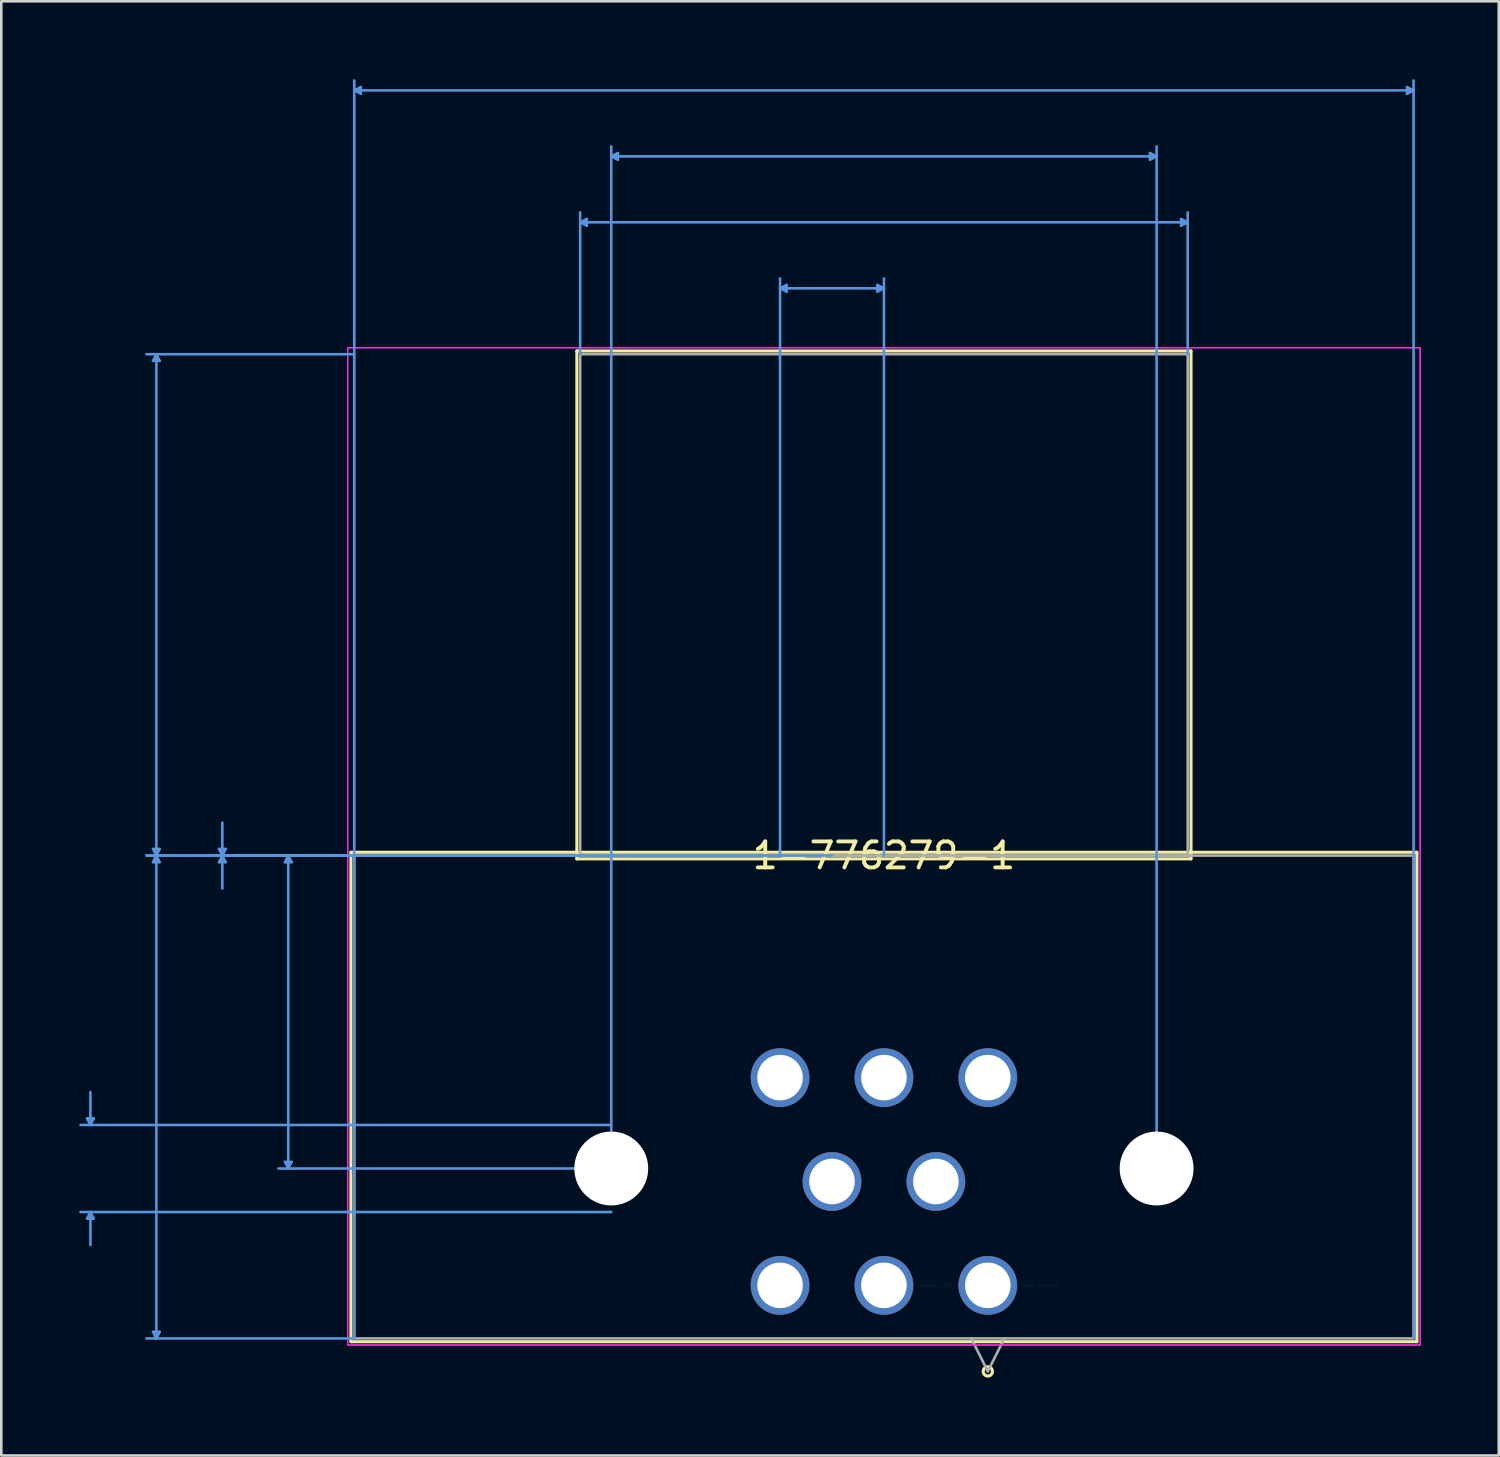
<source format=kicad_pcb>
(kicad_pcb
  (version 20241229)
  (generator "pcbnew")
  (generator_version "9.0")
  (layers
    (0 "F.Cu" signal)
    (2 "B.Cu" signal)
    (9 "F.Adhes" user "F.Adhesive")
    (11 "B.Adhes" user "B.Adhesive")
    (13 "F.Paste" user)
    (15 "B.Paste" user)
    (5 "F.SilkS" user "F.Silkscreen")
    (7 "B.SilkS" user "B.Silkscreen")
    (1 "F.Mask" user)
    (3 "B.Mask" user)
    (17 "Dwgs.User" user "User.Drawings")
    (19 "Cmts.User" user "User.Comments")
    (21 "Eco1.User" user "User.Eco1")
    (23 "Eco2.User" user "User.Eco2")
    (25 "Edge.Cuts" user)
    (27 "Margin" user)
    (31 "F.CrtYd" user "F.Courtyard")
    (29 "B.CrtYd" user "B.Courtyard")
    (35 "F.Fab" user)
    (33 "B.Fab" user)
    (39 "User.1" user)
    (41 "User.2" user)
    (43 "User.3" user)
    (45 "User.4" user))
  (footprint "1-776279-1"
    (layer "F.Cu")
    (at 34.987 46.445)
    (property "Reference" "1-776279-1" (at -4 -16.55 0) (layer "F.SilkS") (effects (font (size 1 1) (thickness 0.15))))
    (attr through_hole)
    (fp_line (start -24.523 -16.677) (end -24.523 2.17) (stroke (width 0.12) (type solid)) (layer "F.SilkS"))
    (fp_line (start -24.523 2.17) (end 16.523 2.17) (stroke (width 0.12) (type solid)) (layer "F.SilkS"))
    (fp_line (start -15.824 -35.981) (end -15.824 -16.423) (stroke (width 0.12) (type solid)) (layer "F.SilkS"))
    (fp_line (start -15.824 -16.423) (end 7.824 -16.423) (stroke (width 0.12) (type solid)) (layer "F.SilkS"))
    (fp_line (start 7.824 -35.981) (end -15.824 -35.981) (stroke (width 0.12) (type solid)) (layer "F.SilkS"))
    (fp_line (start 7.824 -16.423) (end 7.824 -35.981) (stroke (width 0.12) (type solid)) (layer "F.SilkS"))
    (fp_line (start 16.523 -16.677) (end -24.523 -16.677) (stroke (width 0.12) (type solid)) (layer "F.SilkS"))
    (fp_line (start 16.523 2.17) (end 16.523 -16.677) (stroke (width 0.12) (type solid)) (layer "F.SilkS"))
    (fp_circle (center 0 3.313) (end 0.178 3.313) (stroke (width 0.12) (type solid)) (fill no) (layer "F.SilkS"))
    (fp_line (start -34.683 -6.43) (end -34.429 -6.43) (stroke (width 0.1) (type solid)) (layer "Cmts.User"))
    (fp_line (start -34.683 -2.57) (end -34.429 -2.57) (stroke (width 0.1) (type solid)) (layer "Cmts.User"))
    (fp_line (start -34.556 -6.176) (end -34.683 -6.43) (stroke (width 0.1) (type solid)) (layer "Cmts.User"))
    (fp_line (start -34.556 -6.176) (end -34.556 -7.446) (stroke (width 0.1) (type solid)) (layer "Cmts.User"))
    (fp_line (start -34.556 -6.176) (end -34.429 -6.43) (stroke (width 0.1) (type solid)) (layer "Cmts.User"))
    (fp_line (start -34.556 -2.824) (end -34.683 -2.57) (stroke (width 0.1) (type solid)) (layer "Cmts.User"))
    (fp_line (start -34.556 -2.824) (end -34.556 -1.554) (stroke (width 0.1) (type solid)) (layer "Cmts.User"))
    (fp_line (start -34.556 -2.824) (end -34.429 -2.57) (stroke (width 0.1) (type solid)) (layer "Cmts.User"))
    (fp_line (start -32.143 -35.6) (end -31.889 -35.6) (stroke (width 0.1) (type solid)) (layer "Cmts.User"))
    (fp_line (start -32.143 -16.804) (end -31.889 -16.804) (stroke (width 0.1) (type solid)) (layer "Cmts.User"))
    (fp_line (start -32.143 -16.296) (end -31.889 -16.296) (stroke (width 0.1) (type solid)) (layer "Cmts.User"))
    (fp_line (start -32.143 1.789) (end -31.889 1.789) (stroke (width 0.1) (type solid)) (layer "Cmts.User"))
    (fp_line (start -32.016 -35.854) (end -32.143 -35.6) (stroke (width 0.1) (type solid)) (layer "Cmts.User"))
    (fp_line (start -32.016 -35.854) (end -32.016 -16.55) (stroke (width 0.1) (type solid)) (layer "Cmts.User"))
    (fp_line (start -32.016 -35.854) (end -31.889 -35.6) (stroke (width 0.1) (type solid)) (layer "Cmts.User"))
    (fp_line (start -32.016 -16.55) (end -32.143 -16.804) (stroke (width 0.1) (type solid)) (layer "Cmts.User"))
    (fp_line (start -32.016 -16.55) (end -32.143 -16.296) (stroke (width 0.1) (type solid)) (layer "Cmts.User"))
    (fp_line (start -32.016 -16.55) (end -32.016 2.043) (stroke (width 0.1) (type solid)) (layer "Cmts.User"))
    (fp_line (start -32.016 -16.55) (end -31.889 -16.804) (stroke (width 0.1) (type solid)) (layer "Cmts.User"))
    (fp_line (start -32.016 -16.55) (end -31.889 -16.296) (stroke (width 0.1) (type solid)) (layer "Cmts.User"))
    (fp_line (start -32.016 2.043) (end -32.143 1.789) (stroke (width 0.1) (type solid)) (layer "Cmts.User"))
    (fp_line (start -32.016 2.043) (end -31.889 1.789) (stroke (width 0.1) (type solid)) (layer "Cmts.User"))
    (fp_line (start -29.603 -16.804) (end -29.349 -16.804) (stroke (width 0.1) (type solid)) (layer "Cmts.User"))
    (fp_line (start -29.603 -16.296) (end -29.349 -16.296) (stroke (width 0.1) (type solid)) (layer "Cmts.User"))
    (fp_line (start -29.476 -16.55) (end -29.603 -16.804) (stroke (width 0.1) (type solid)) (layer "Cmts.User"))
    (fp_line (start -29.476 -16.55) (end -29.603 -16.296) (stroke (width 0.1) (type solid)) (layer "Cmts.User"))
    (fp_line (start -29.476 -16.55) (end -29.476 -17.82) (stroke (width 0.1) (type solid)) (layer "Cmts.User"))
    (fp_line (start -29.476 -16.55) (end -29.476 -15.28) (stroke (width 0.1) (type solid)) (layer "Cmts.User"))
    (fp_line (start -29.476 -16.55) (end -29.349 -16.804) (stroke (width 0.1) (type solid)) (layer "Cmts.User"))
    (fp_line (start -29.476 -16.55) (end -29.349 -16.296) (stroke (width 0.1) (type solid)) (layer "Cmts.User"))
    (fp_line (start -27.063 -16.296) (end -26.809 -16.296) (stroke (width 0.1) (type solid)) (layer "Cmts.User"))
    (fp_line (start -27.063 -4.754) (end -26.809 -4.754) (stroke (width 0.1) (type solid)) (layer "Cmts.User"))
    (fp_line (start -26.936 -16.55) (end -27.063 -16.296) (stroke (width 0.1) (type solid)) (layer "Cmts.User"))
    (fp_line (start -26.936 -16.55) (end -26.936 -4.5) (stroke (width 0.1) (type solid)) (layer "Cmts.User"))
    (fp_line (start -26.936 -16.55) (end -26.809 -16.296) (stroke (width 0.1) (type solid)) (layer "Cmts.User"))
    (fp_line (start -26.936 -4.5) (end -27.063 -4.754) (stroke (width 0.1) (type solid)) (layer "Cmts.User"))
    (fp_line (start -26.936 -4.5) (end -26.809 -4.754) (stroke (width 0.1) (type solid)) (layer "Cmts.User"))
    (fp_line (start -24.396 -46.014) (end -24.142 -46.141) (stroke (width 0.1) (type solid)) (layer "Cmts.User"))
    (fp_line (start -24.396 -46.014) (end -24.142 -45.887) (stroke (width 0.1) (type solid)) (layer "Cmts.User"))
    (fp_line (start -24.396 -46.014) (end 16.396 -46.014) (stroke (width 0.1) (type solid)) (layer "Cmts.User"))
    (fp_line (start -24.396 -35.854) (end -32.397 -35.854) (stroke (width 0.1) (type solid)) (layer "Cmts.User"))
    (fp_line (start -24.396 -16.55) (end -32.397 -16.55) (stroke (width 0.1) (type solid)) (layer "Cmts.User"))
    (fp_line (start -24.396 -16.55) (end -32.397 -16.55) (stroke (width 0.1) (type solid)) (layer "Cmts.User"))
    (fp_line (start -24.396 -16.55) (end -27.317 -16.55) (stroke (width 0.1) (type solid)) (layer "Cmts.User"))
    (fp_line (start -24.396 2.043) (end -32.397 2.043) (stroke (width 0.1) (type solid)) (layer "Cmts.User"))
    (fp_line (start -24.396 2.043) (end -24.396 -46.395) (stroke (width 0.1) (type solid)) (layer "Cmts.User"))
    (fp_line (start -24.142 -46.141) (end -24.142 -45.887) (stroke (width 0.1) (type solid)) (layer "Cmts.User"))
    (fp_line (start -15.697 -40.934) (end -15.443 -41.061) (stroke (width 0.1) (type solid)) (layer "Cmts.User"))
    (fp_line (start -15.697 -40.934) (end -15.443 -40.807) (stroke (width 0.1) (type solid)) (layer "Cmts.User"))
    (fp_line (start -15.697 -40.934) (end 7.697 -40.934) (stroke (width 0.1) (type solid)) (layer "Cmts.User"))
    (fp_line (start -15.697 -35.854) (end -15.697 -41.315) (stroke (width 0.1) (type solid)) (layer "Cmts.User"))
    (fp_line (start -15.443 -41.061) (end -15.443 -40.807) (stroke (width 0.1) (type solid)) (layer "Cmts.User"))
    (fp_line (start -14.5 -43.474) (end -14.246 -43.601) (stroke (width 0.1) (type solid)) (layer "Cmts.User"))
    (fp_line (start -14.5 -43.474) (end -14.246 -43.347) (stroke (width 0.1) (type solid)) (layer "Cmts.User"))
    (fp_line (start -14.5 -43.474) (end 6.5 -43.474) (stroke (width 0.1) (type solid)) (layer "Cmts.User"))
    (fp_line (start -14.5 -6.176) (end -34.937 -6.176) (stroke (width 0.1) (type solid)) (layer "Cmts.User"))
    (fp_line (start -14.5 -4.5) (end -27.317 -4.5) (stroke (width 0.1) (type solid)) (layer "Cmts.User"))
    (fp_line (start -14.5 -4.5) (end -14.5 -43.855) (stroke (width 0.1) (type solid)) (layer "Cmts.User"))
    (fp_line (start -14.5 -2.824) (end -34.937 -2.824) (stroke (width 0.1) (type solid)) (layer "Cmts.User"))
    (fp_line (start -14.246 -43.601) (end -14.246 -43.347) (stroke (width 0.1) (type solid)) (layer "Cmts.User"))
    (fp_line (start -8 -38.394) (end -7.746 -38.521) (stroke (width 0.1) (type solid)) (layer "Cmts.User"))
    (fp_line (start -8 -38.394) (end -7.746 -38.267) (stroke (width 0.1) (type solid)) (layer "Cmts.User"))
    (fp_line (start -8 -38.394) (end -4 -38.394) (stroke (width 0.1) (type solid)) (layer "Cmts.User"))
    (fp_line (start -8 -16.55) (end -29.857 -16.55) (stroke (width 0.1) (type solid)) (layer "Cmts.User"))
    (fp_line (start -8 -16.55) (end -8 -38.775) (stroke (width 0.1) (type solid)) (layer "Cmts.User"))
    (fp_line (start -7.746 -38.521) (end -7.746 -38.267) (stroke (width 0.1) (type solid)) (layer "Cmts.User"))
    (fp_line (start -6 -16.55) (end -29.857 -16.55) (stroke (width 0.1) (type solid)) (layer "Cmts.User"))
    (fp_line (start -4.254 -38.521) (end -4.254 -38.267) (stroke (width 0.1) (type solid)) (layer "Cmts.User"))
    (fp_line (start -4 -38.394) (end -4.254 -38.521) (stroke (width 0.1) (type solid)) (layer "Cmts.User"))
    (fp_line (start -4 -38.394) (end -4.254 -38.267) (stroke (width 0.1) (type solid)) (layer "Cmts.User"))
    (fp_line (start -4 -16.55) (end -4 -38.775) (stroke (width 0.1) (type solid)) (layer "Cmts.User"))
    (fp_line (start 6.246 -43.601) (end 6.246 -43.347) (stroke (width 0.1) (type solid)) (layer "Cmts.User"))
    (fp_line (start 6.5 -43.474) (end 6.246 -43.601) (stroke (width 0.1) (type solid)) (layer "Cmts.User"))
    (fp_line (start 6.5 -43.474) (end 6.246 -43.347) (stroke (width 0.1) (type solid)) (layer "Cmts.User"))
    (fp_line (start 6.5 -4.5) (end 6.5 -43.855) (stroke (width 0.1) (type solid)) (layer "Cmts.User"))
    (fp_line (start 7.443 -41.061) (end 7.443 -40.807) (stroke (width 0.1) (type solid)) (layer "Cmts.User"))
    (fp_line (start 7.697 -40.934) (end 7.443 -41.061) (stroke (width 0.1) (type solid)) (layer "Cmts.User"))
    (fp_line (start 7.697 -40.934) (end 7.443 -40.807) (stroke (width 0.1) (type solid)) (layer "Cmts.User"))
    (fp_line (start 7.697 -35.854) (end 7.697 -41.315) (stroke (width 0.1) (type solid)) (layer "Cmts.User"))
    (fp_line (start 16.142 -46.141) (end 16.142 -45.887) (stroke (width 0.1) (type solid)) (layer "Cmts.User"))
    (fp_line (start 16.396 -46.014) (end 16.142 -46.141) (stroke (width 0.1) (type solid)) (layer "Cmts.User"))
    (fp_line (start 16.396 -46.014) (end 16.142 -45.887) (stroke (width 0.1) (type solid)) (layer "Cmts.User"))
    (fp_line (start 16.396 2.043) (end 16.396 -46.395) (stroke (width 0.1) (type solid)) (layer "Cmts.User"))
    (fp_line (start -24.65 -36.108) (end -24.65 2.297) (stroke (width 0.05) (type solid)) (layer "F.CrtYd"))
    (fp_line (start -24.65 -36.108) (end -24.65 2.297) (stroke (width 0.05) (type solid)) (layer "F.CrtYd"))
    (fp_line (start -24.65 2.297) (end 16.65 2.297) (stroke (width 0.05) (type solid)) (layer "F.CrtYd"))
    (fp_line (start -24.65 2.297) (end 16.65 2.297) (stroke (width 0.05) (type solid)) (layer "F.CrtYd"))
    (fp_line (start 16.65 -36.108) (end -24.65 -36.108) (stroke (width 0.05) (type solid)) (layer "F.CrtYd"))
    (fp_line (start 16.65 -36.108) (end -24.65 -36.108) (stroke (width 0.05) (type solid)) (layer "F.CrtYd"))
    (fp_line (start 16.65 2.297) (end 16.65 -36.108) (stroke (width 0.05) (type solid)) (layer "F.CrtYd"))
    (fp_line (start 16.65 2.297) (end 16.65 -36.108) (stroke (width 0.05) (type solid)) (layer "F.CrtYd"))
    (fp_line (start -24.396 -16.55) (end -24.396 2.043) (stroke (width 0.1) (type solid)) (layer "F.Fab"))
    (fp_line (start -24.396 2.043) (end 16.396 2.043) (stroke (width 0.1) (type solid)) (layer "F.Fab"))
    (fp_line (start -15.697 -35.854) (end -15.697 -16.55) (stroke (width 0.1) (type solid)) (layer "F.Fab"))
    (fp_line (start -15.697 -16.55) (end 7.697 -16.55) (stroke (width 0.1) (type solid)) (layer "F.Fab"))
    (fp_line (start -0.635 2.043) (end 0 3.313) (stroke (width 0.1) (type solid)) (layer "F.Fab"))
    (fp_line (start 0.635 2.043) (end 0 3.313) (stroke (width 0.1) (type solid)) (layer "F.Fab"))
    (fp_line (start 7.697 -35.854) (end -15.697 -35.854) (stroke (width 0.1) (type solid)) (layer "F.Fab"))
    (fp_line (start 7.697 -16.55) (end 7.697 -35.854) (stroke (width 0.1) (type solid)) (layer "F.Fab"))
    (fp_line (start 16.396 -16.55) (end -24.396 -16.55) (stroke (width 0.1) (type solid)) (layer "F.Fab"))
    (fp_line (start 16.396 2.043) (end 16.396 -16.55) (stroke (width 0.1) (type solid)) (layer "F.Fab"))
    (fp_text user "*" (at 0 0 0) (layer "F.SilkS") (effects (font (size 1 1) (thickness 0.15))))
    (fp_text user "Copyright 2021 Accelerated Designs. All rights reserved." (at 0 0 0) (layer "Cmts.User") (effects (font (size 0.127 0.127) (thickness 0.002))))
    (fp_text user "*" (at 0 0 0) (layer "F.Fab") (effects (font (size 1 1) (thickness 0.15))))
    (pad "" np_thru_hole circle (at -14.5 -4.5) (size 2.845 2.845) (drill 2.845) (layers "*.Cu" "*.Mask"))
    (pad "" np_thru_hole circle (at 6.5 -4.5) (size 2.845 2.845) (drill 2.845) (layers "*.Cu" "*.Mask"))
    (pad "1" thru_hole circle (at 0 -0.000001) (size 2.261 2.261) (drill 1.753) (layers "*.Cu" "*.Mask"))
    (pad "2" thru_hole circle (at -4 -0.000001) (size 2.261 2.261) (drill 1.753) (layers "*.Cu" "*.Mask"))
    (pad "3" thru_hole circle (at -8 -0.000001) (size 2.261 2.261) (drill 1.753) (layers "*.Cu" "*.Mask"))
    (pad "4" thru_hole circle (at -2 -4) (size 2.261 2.261) (drill 1.753) (layers "*.Cu" "*.Mask"))
    (pad "5" thru_hole circle (at -6 -4) (size 2.261 2.261) (drill 1.753) (layers "*.Cu" "*.Mask"))
    (pad "6" thru_hole circle (at 0 -8) (size 2.261 2.261) (drill 1.753) (layers "*.Cu" "*.Mask"))
    (pad "7" thru_hole circle (at -4 -8) (size 2.261 2.261) (drill 1.753) (layers "*.Cu" "*.Mask"))
    (pad "8" thru_hole circle (at -8 -8) (size 2.261 2.261) (drill 1.753) (layers "*.Cu" "*.Mask")))
  (gr_rect
    (start -3 -3)
    (end 54.662 52.996)
    (stroke (width 0.1) (type default))
    (fill no)
    (layer "Edge.Cuts")))
</source>
